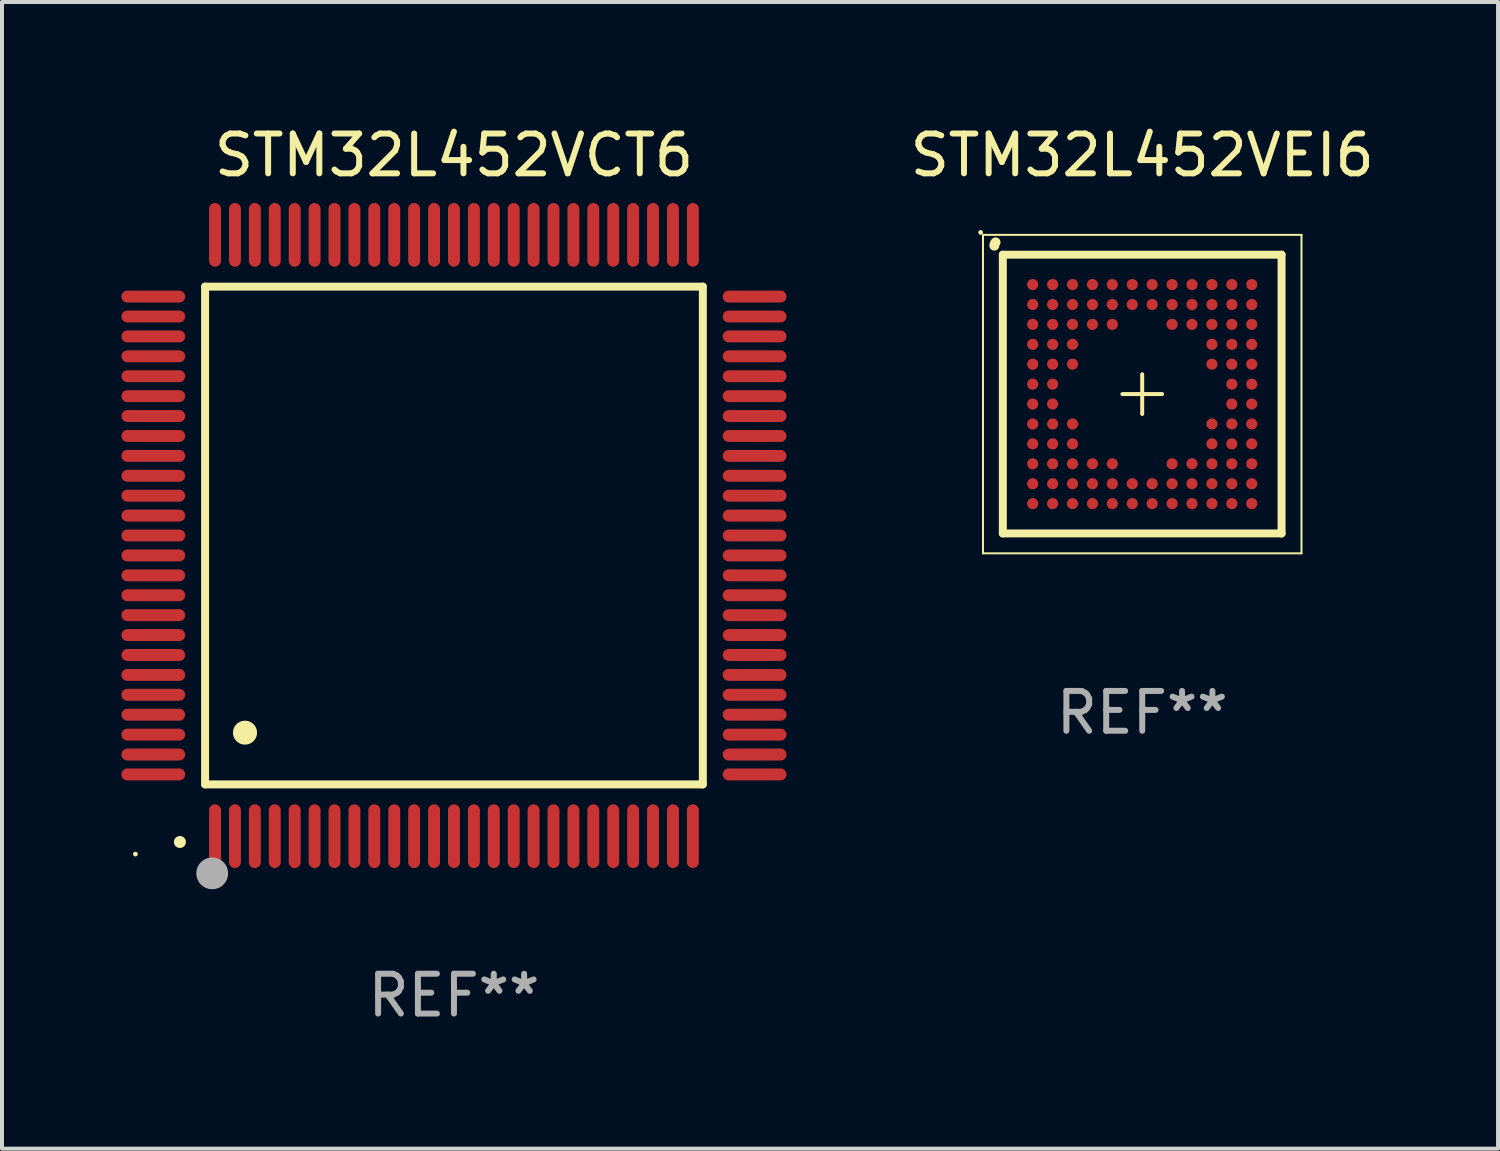
<source format=kicad_pcb>
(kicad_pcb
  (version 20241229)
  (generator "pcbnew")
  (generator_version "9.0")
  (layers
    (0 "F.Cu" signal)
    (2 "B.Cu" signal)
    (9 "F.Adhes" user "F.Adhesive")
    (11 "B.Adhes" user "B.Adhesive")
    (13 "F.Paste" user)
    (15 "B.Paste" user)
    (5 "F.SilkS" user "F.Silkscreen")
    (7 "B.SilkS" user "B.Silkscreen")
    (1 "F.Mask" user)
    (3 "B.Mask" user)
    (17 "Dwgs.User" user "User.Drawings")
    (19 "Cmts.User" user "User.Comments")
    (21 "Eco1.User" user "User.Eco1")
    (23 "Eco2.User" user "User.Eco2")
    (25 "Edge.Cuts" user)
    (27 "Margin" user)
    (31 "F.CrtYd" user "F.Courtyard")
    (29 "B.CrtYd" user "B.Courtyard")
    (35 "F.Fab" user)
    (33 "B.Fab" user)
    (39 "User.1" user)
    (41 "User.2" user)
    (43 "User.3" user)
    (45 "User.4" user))
  (footprint "STM32L452VCT6"
    (layer "F.Cu")
    (at 8.35 10.398)
    (property "Reference" "STM32L452VCT6" (at 0 -9.55 0) (layer "F.SilkS") (effects (font (size 1 1) (thickness 0.15))))
    (attr through_hole)
    (fp_line (start -6.25 -6.25) (end -6.25 6.25) (stroke (width 0.2) (type solid)) (layer "F.SilkS"))
    (fp_line (start -6.25 6.25) (end 6.25 6.25) (stroke (width 0.2) (type solid)) (layer "F.SilkS"))
    (fp_line (start 6.25 -6.25) (end -6.25 -6.25) (stroke (width 0.2) (type solid)) (layer "F.SilkS"))
    (fp_line (start 6.25 6.25) (end 6.25 -6.25) (stroke (width 0.2) (type solid)) (layer "F.SilkS"))
    (fp_arc (start -6.883414 7.696215) (mid -6.882144 7.69621) (end -6.880874 7.696215) (stroke (width 0.3) (type solid)) (layer "F.SilkS"))
    (fp_arc (start -5.250191 4.95047) (mid -5.247651 4.950459) (end -5.245111 4.95047) (stroke (width 0.6) (type solid)) (layer "F.SilkS"))
    (fp_circle (center -8 8) (end -7.97 8) (stroke (width 0.06) (type solid)) (fill no) (layer "F.SilkS"))
    (fp_circle (center -6.071 8.484) (end -5.871 8.484) (stroke (width 0.4) (type solid)) (fill no) (layer "F.Fab"))
    (fp_text user "REF**" (at 0 11.55 0) (layer "F.Fab") (effects (font (size 1 1) (thickness 0.15))))
    (pad "1" smd oval (at -6 7.55) (size 0.3 1.6) (layers "F.Cu" "F.Mask" "F.Paste"))
    (pad "2" smd oval (at -5.5 7.55) (size 0.3 1.6) (layers "F.Cu" "F.Mask" "F.Paste"))
    (pad "3" smd oval (at -5 7.55) (size 0.3 1.6) (layers "F.Cu" "F.Mask" "F.Paste"))
    (pad "4" smd oval (at -4.5 7.55) (size 0.3 1.6) (layers "F.Cu" "F.Mask" "F.Paste"))
    (pad "5" smd oval (at -4 7.55) (size 0.3 1.6) (layers "F.Cu" "F.Mask" "F.Paste"))
    (pad "6" smd oval (at -3.5 7.55) (size 0.3 1.6) (layers "F.Cu" "F.Mask" "F.Paste"))
    (pad "7" smd oval (at -3 7.55) (size 0.3 1.6) (layers "F.Cu" "F.Mask" "F.Paste"))
    (pad "8" smd oval (at -2.5 7.55) (size 0.3 1.6) (layers "F.Cu" "F.Mask" "F.Paste"))
    (pad "9" smd oval (at -2 7.55) (size 0.3 1.6) (layers "F.Cu" "F.Mask" "F.Paste"))
    (pad "10" smd oval (at -1.5 7.55) (size 0.3 1.6) (layers "F.Cu" "F.Mask" "F.Paste"))
    (pad "11" smd oval (at -1 7.55) (size 0.3 1.6) (layers "F.Cu" "F.Mask" "F.Paste"))
    (pad "12" smd oval (at -0.5 7.55) (size 0.3 1.6) (layers "F.Cu" "F.Mask" "F.Paste"))
    (pad "13" smd oval (at 0 7.55) (size 0.3 1.6) (layers "F.Cu" "F.Mask" "F.Paste"))
    (pad "14" smd oval (at 0.5 7.55) (size 0.3 1.6) (layers "F.Cu" "F.Mask" "F.Paste"))
    (pad "15" smd oval (at 1 7.55) (size 0.3 1.6) (layers "F.Cu" "F.Mask" "F.Paste"))
    (pad "16" smd oval (at 1.5 7.55) (size 0.3 1.6) (layers "F.Cu" "F.Mask" "F.Paste"))
    (pad "17" smd oval (at 2 7.55) (size 0.3 1.6) (layers "F.Cu" "F.Mask" "F.Paste"))
    (pad "18" smd oval (at 2.5 7.55) (size 0.3 1.6) (layers "F.Cu" "F.Mask" "F.Paste"))
    (pad "19" smd oval (at 3 7.55) (size 0.3 1.6) (layers "F.Cu" "F.Mask" "F.Paste"))
    (pad "20" smd oval (at 3.5 7.55) (size 0.3 1.6) (layers "F.Cu" "F.Mask" "F.Paste"))
    (pad "21" smd oval (at 4 7.55) (size 0.3 1.6) (layers "F.Cu" "F.Mask" "F.Paste"))
    (pad "22" smd oval (at 4.5 7.55) (size 0.3 1.6) (layers "F.Cu" "F.Mask" "F.Paste"))
    (pad "23" smd oval (at 5 7.55) (size 0.3 1.6) (layers "F.Cu" "F.Mask" "F.Paste"))
    (pad "24" smd oval (at 5.5 7.55) (size 0.3 1.6) (layers "F.Cu" "F.Mask" "F.Paste"))
    (pad "25" smd oval (at 6 7.55) (size 0.3 1.6) (layers "F.Cu" "F.Mask" "F.Paste"))
    (pad "26" smd oval (at 7.55 6) (size 1.6 0.3) (layers "F.Cu" "F.Mask" "F.Paste"))
    (pad "27" smd oval (at 7.55 5.5) (size 1.6 0.3) (layers "F.Cu" "F.Mask" "F.Paste"))
    (pad "28" smd oval (at 7.55 5) (size 1.6 0.3) (layers "F.Cu" "F.Mask" "F.Paste"))
    (pad "29" smd oval (at 7.55 4.5) (size 1.6 0.3) (layers "F.Cu" "F.Mask" "F.Paste"))
    (pad "30" smd oval (at 7.55 4) (size 1.6 0.3) (layers "F.Cu" "F.Mask" "F.Paste"))
    (pad "31" smd oval (at 7.55 3.5) (size 1.6 0.3) (layers "F.Cu" "F.Mask" "F.Paste"))
    (pad "32" smd oval (at 7.55 3) (size 1.6 0.3) (layers "F.Cu" "F.Mask" "F.Paste"))
    (pad "33" smd oval (at 7.55 2.5) (size 1.6 0.3) (layers "F.Cu" "F.Mask" "F.Paste"))
    (pad "34" smd oval (at 7.55 2) (size 1.6 0.3) (layers "F.Cu" "F.Mask" "F.Paste"))
    (pad "35" smd oval (at 7.55 1.5) (size 1.6 0.3) (layers "F.Cu" "F.Mask" "F.Paste"))
    (pad "36" smd oval (at 7.55 1) (size 1.6 0.3) (layers "F.Cu" "F.Mask" "F.Paste"))
    (pad "37" smd oval (at 7.55 0.5) (size 1.6 0.3) (layers "F.Cu" "F.Mask" "F.Paste"))
    (pad "38" smd oval (at 7.55 0) (size 1.6 0.3) (layers "F.Cu" "F.Mask" "F.Paste"))
    (pad "39" smd oval (at 7.55 -0.5) (size 1.6 0.3) (layers "F.Cu" "F.Mask" "F.Paste"))
    (pad "40" smd oval (at 7.55 -1) (size 1.6 0.3) (layers "F.Cu" "F.Mask" "F.Paste"))
    (pad "41" smd oval (at 7.55 -1.5) (size 1.6 0.3) (layers "F.Cu" "F.Mask" "F.Paste"))
    (pad "42" smd oval (at 7.55 -2) (size 1.6 0.3) (layers "F.Cu" "F.Mask" "F.Paste"))
    (pad "43" smd oval (at 7.55 -2.5) (size 1.6 0.3) (layers "F.Cu" "F.Mask" "F.Paste"))
    (pad "44" smd oval (at 7.55 -3) (size 1.6 0.3) (layers "F.Cu" "F.Mask" "F.Paste"))
    (pad "45" smd oval (at 7.55 -3.5) (size 1.6 0.3) (layers "F.Cu" "F.Mask" "F.Paste"))
    (pad "46" smd oval (at 7.55 -4) (size 1.6 0.3) (layers "F.Cu" "F.Mask" "F.Paste"))
    (pad "47" smd oval (at 7.55 -4.5) (size 1.6 0.3) (layers "F.Cu" "F.Mask" "F.Paste"))
    (pad "48" smd oval (at 7.55 -5) (size 1.6 0.3) (layers "F.Cu" "F.Mask" "F.Paste"))
    (pad "49" smd oval (at 7.55 -5.5) (size 1.6 0.3) (layers "F.Cu" "F.Mask" "F.Paste"))
    (pad "50" smd oval (at 7.55 -6) (size 1.6 0.3) (layers "F.Cu" "F.Mask" "F.Paste"))
    (pad "51" smd oval (at 6 -7.55) (size 0.3 1.6) (layers "F.Cu" "F.Mask" "F.Paste"))
    (pad "52" smd oval (at 5.5 -7.55) (size 0.3 1.6) (layers "F.Cu" "F.Mask" "F.Paste"))
    (pad "53" smd oval (at 5 -7.55) (size 0.3 1.6) (layers "F.Cu" "F.Mask" "F.Paste"))
    (pad "54" smd oval (at 4.5 -7.55) (size 0.3 1.6) (layers "F.Cu" "F.Mask" "F.Paste"))
    (pad "55" smd oval (at 4 -7.55) (size 0.3 1.6) (layers "F.Cu" "F.Mask" "F.Paste"))
    (pad "56" smd oval (at 3.5 -7.55) (size 0.3 1.6) (layers "F.Cu" "F.Mask" "F.Paste"))
    (pad "57" smd oval (at 3 -7.55) (size 0.3 1.6) (layers "F.Cu" "F.Mask" "F.Paste"))
    (pad "58" smd oval (at 2.5 -7.55) (size 0.3 1.6) (layers "F.Cu" "F.Mask" "F.Paste"))
    (pad "59" smd oval (at 2 -7.55) (size 0.3 1.6) (layers "F.Cu" "F.Mask" "F.Paste"))
    (pad "60" smd oval (at 1.5 -7.55) (size 0.3 1.6) (layers "F.Cu" "F.Mask" "F.Paste"))
    (pad "61" smd oval (at 1 -7.55) (size 0.3 1.6) (layers "F.Cu" "F.Mask" "F.Paste"))
    (pad "62" smd oval (at 0.5 -7.55) (size 0.3 1.6) (layers "F.Cu" "F.Mask" "F.Paste"))
    (pad "63" smd oval (at 0 -7.55) (size 0.3 1.6) (layers "F.Cu" "F.Mask" "F.Paste"))
    (pad "64" smd oval (at -0.5 -7.55) (size 0.3 1.6) (layers "F.Cu" "F.Mask" "F.Paste"))
    (pad "65" smd oval (at -1 -7.55) (size 0.3 1.6) (layers "F.Cu" "F.Mask" "F.Paste"))
    (pad "66" smd oval (at -1.5 -7.55) (size 0.3 1.6) (layers "F.Cu" "F.Mask" "F.Paste"))
    (pad "67" smd oval (at -2 -7.55) (size 0.3 1.6) (layers "F.Cu" "F.Mask" "F.Paste"))
    (pad "68" smd oval (at -2.5 -7.55) (size 0.3 1.6) (layers "F.Cu" "F.Mask" "F.Paste"))
    (pad "69" smd oval (at -3 -7.55) (size 0.3 1.6) (layers "F.Cu" "F.Mask" "F.Paste"))
    (pad "70" smd oval (at -3.5 -7.55) (size 0.3 1.6) (layers "F.Cu" "F.Mask" "F.Paste"))
    (pad "71" smd oval (at -4 -7.55) (size 0.3 1.6) (layers "F.Cu" "F.Mask" "F.Paste"))
    (pad "72" smd oval (at -4.5 -7.55) (size 0.3 1.6) (layers "F.Cu" "F.Mask" "F.Paste"))
    (pad "73" smd oval (at -5 -7.55) (size 0.3 1.6) (layers "F.Cu" "F.Mask" "F.Paste"))
    (pad "74" smd oval (at -5.5 -7.55) (size 0.3 1.6) (layers "F.Cu" "F.Mask" "F.Paste"))
    (pad "75" smd oval (at -6 -7.55) (size 0.3 1.6) (layers "F.Cu" "F.Mask" "F.Paste"))
    (pad "76" smd oval (at -7.55 -6) (size 1.6 0.3) (layers "F.Cu" "F.Mask" "F.Paste"))
    (pad "77" smd oval (at -7.55 -5.5) (size 1.6 0.3) (layers "F.Cu" "F.Mask" "F.Paste"))
    (pad "78" smd oval (at -7.55 -5) (size 1.6 0.3) (layers "F.Cu" "F.Mask" "F.Paste"))
    (pad "79" smd oval (at -7.55 -4.5) (size 1.6 0.3) (layers "F.Cu" "F.Mask" "F.Paste"))
    (pad "80" smd oval (at -7.55 -4) (size 1.6 0.3) (layers "F.Cu" "F.Mask" "F.Paste"))
    (pad "81" smd oval (at -7.55 -3.5) (size 1.6 0.3) (layers "F.Cu" "F.Mask" "F.Paste"))
    (pad "82" smd oval (at -7.55 -3) (size 1.6 0.3) (layers "F.Cu" "F.Mask" "F.Paste"))
    (pad "83" smd oval (at -7.55 -2.5) (size 1.6 0.3) (layers "F.Cu" "F.Mask" "F.Paste"))
    (pad "84" smd oval (at -7.55 -2) (size 1.6 0.3) (layers "F.Cu" "F.Mask" "F.Paste"))
    (pad "85" smd oval (at -7.55 -1.5) (size 1.6 0.3) (layers "F.Cu" "F.Mask" "F.Paste"))
    (pad "86" smd oval (at -7.55 -1) (size 1.6 0.3) (layers "F.Cu" "F.Mask" "F.Paste"))
    (pad "87" smd oval (at -7.55 -0.5) (size 1.6 0.3) (layers "F.Cu" "F.Mask" "F.Paste"))
    (pad "88" smd oval (at -7.55 0) (size 1.6 0.3) (layers "F.Cu" "F.Mask" "F.Paste"))
    (pad "89" smd oval (at -7.55 0.5) (size 1.6 0.3) (layers "F.Cu" "F.Mask" "F.Paste"))
    (pad "90" smd oval (at -7.55 1) (size 1.6 0.3) (layers "F.Cu" "F.Mask" "F.Paste"))
    (pad "91" smd oval (at -7.55 1.5) (size 1.6 0.3) (layers "F.Cu" "F.Mask" "F.Paste"))
    (pad "92" smd oval (at -7.55 2) (size 1.6 0.3) (layers "F.Cu" "F.Mask" "F.Paste"))
    (pad "93" smd oval (at -7.55 2.5) (size 1.6 0.3) (layers "F.Cu" "F.Mask" "F.Paste"))
    (pad "94" smd oval (at -7.55 3) (size 1.6 0.3) (layers "F.Cu" "F.Mask" "F.Paste"))
    (pad "95" smd oval (at -7.55 3.5) (size 1.6 0.3) (layers "F.Cu" "F.Mask" "F.Paste"))
    (pad "96" smd oval (at -7.55 4) (size 1.6 0.3) (layers "F.Cu" "F.Mask" "F.Paste"))
    (pad "97" smd oval (at -7.55 4.5) (size 1.6 0.3) (layers "F.Cu" "F.Mask" "F.Paste"))
    (pad "98" smd oval (at -7.55 5) (size 1.6 0.3) (layers "F.Cu" "F.Mask" "F.Paste"))
    (pad "99" smd oval (at -7.55 5.5) (size 1.6 0.3) (layers "F.Cu" "F.Mask" "F.Paste"))
    (pad "100" smd oval (at -7.55 6) (size 1.6 0.3) (layers "F.Cu" "F.Mask" "F.Paste")))
  (footprint "STM32L452VEI6"
    (layer "F.Cu")
    (at 25.634 6.847)
    (property "Reference" "STM32L452VEI6" (at 0 -5.999 0) (layer "F.SilkS") (effects (font (size 1 1) (thickness 0.15))))
    (attr through_hole)
    (fp_line (start -3.999 -3.999) (end -3.999 3.999) (stroke (width 0.05) (type solid)) (layer "F.SilkS"))
    (fp_line (start -3.999 3.999) (end 3.999 3.999) (stroke (width 0.05) (type solid)) (layer "F.SilkS"))
    (fp_line (start -3.501 -3.501) (end -3.501 3.499) (stroke (width 0.1) (type solid)) (layer "F.SilkS"))
    (fp_line (start -3.501 -3.501) (end -3.501 3.499) (stroke (width 0.2) (type solid)) (layer "F.SilkS"))
    (fp_line (start -3.501 3.499) (end 3.499 3.499) (stroke (width 0.1) (type solid)) (layer "F.SilkS"))
    (fp_line (start -3.501 3.499) (end 3.499 3.499) (stroke (width 0.2) (type solid)) (layer "F.SilkS"))
    (fp_line (start -0.499 -0.001) (end 0.499 -0.001) (stroke (width 0.1) (type solid)) (layer "F.SilkS"))
    (fp_line (start -0.001 0.499) (end -0.001 -0.499) (stroke (width 0.1) (type solid)) (layer "F.SilkS"))
    (fp_line (start 3.499 -3.501) (end -3.501 -3.501) (stroke (width 0.1) (type solid)) (layer "F.SilkS"))
    (fp_line (start 3.499 -3.501) (end -3.501 -3.501) (stroke (width 0.2) (type solid)) (layer "F.SilkS"))
    (fp_line (start 3.499 3.499) (end 3.499 -3.501) (stroke (width 0.1) (type solid)) (layer "F.SilkS"))
    (fp_line (start 3.499 3.499) (end 3.499 -3.501) (stroke (width 0.2) (type solid)) (layer "F.SilkS"))
    (fp_line (start 3.999 -3.999) (end -3.999 -3.999) (stroke (width 0.05) (type solid)) (layer "F.SilkS"))
    (fp_line (start 3.999 3.999) (end 3.999 -3.999) (stroke (width 0.05) (type solid)) (layer "F.SilkS"))
    (fp_arc (start -3.714224 -3.728448) (mid -3.706284 -3.772251) (end -3.68349 -3.81049) (stroke (width 0.249936) (type solid)) (layer "F.SilkS"))
    (fp_circle (center -4.058 -4.06) (end -4.028 -4.06) (stroke (width 0.06) (type solid)) (fill no) (layer "F.SilkS"))
    (fp_text user "REF**" (at 0 7.999 0) (layer "F.Fab") (effects (font (size 1 1) (thickness 0.15))))
    (pad "A1" smd circle (at -2.751 -2.751) (size 0.28 0.28) (layers "F.Cu" "F.Mask" "F.Paste"))
    (pad "A2" smd circle (at -2.25 -2.751) (size 0.28 0.28) (layers "F.Cu" "F.Mask" "F.Paste"))
    (pad "A3" smd circle (at -1.751 -2.751) (size 0.28 0.28) (layers "F.Cu" "F.Mask" "F.Paste"))
    (pad "A4" smd circle (at -1.25 -2.751) (size 0.28 0.28) (layers "F.Cu" "F.Mask" "F.Paste"))
    (pad "A5" smd circle (at -0.751 -2.751) (size 0.28 0.28) (layers "F.Cu" "F.Mask" "F.Paste"))
    (pad "A6" smd circle (at -0.25 -2.751) (size 0.28 0.28) (layers "F.Cu" "F.Mask" "F.Paste"))
    (pad "A7" smd circle (at 0.249 -2.751) (size 0.28 0.28) (layers "F.Cu" "F.Mask" "F.Paste"))
    (pad "A8" smd circle (at 0.75 -2.751) (size 0.28 0.28) (layers "F.Cu" "F.Mask" "F.Paste"))
    (pad "A9" smd circle (at 1.249 -2.751) (size 0.28 0.28) (layers "F.Cu" "F.Mask" "F.Paste"))
    (pad "A10" smd circle (at 1.75 -2.751) (size 0.28 0.28) (layers "F.Cu" "F.Mask" "F.Paste"))
    (pad "A11" smd circle (at 2.25 -2.751) (size 0.28 0.28) (layers "F.Cu" "F.Mask" "F.Paste"))
    (pad "A12" smd circle (at 2.75 -2.751) (size 0.28 0.28) (layers "F.Cu" "F.Mask" "F.Paste"))
    (pad "B1" smd circle (at -2.751 -2.25) (size 0.28 0.28) (layers "F.Cu" "F.Mask" "F.Paste"))
    (pad "B2" smd circle (at -2.25 -2.25) (size 0.28 0.28) (layers "F.Cu" "F.Mask" "F.Paste"))
    (pad "B3" smd circle (at -1.751 -2.25) (size 0.28 0.28) (layers "F.Cu" "F.Mask" "F.Paste"))
    (pad "B4" smd circle (at -1.25 -2.25) (size 0.28 0.28) (layers "F.Cu" "F.Mask" "F.Paste"))
    (pad "B5" smd circle (at -0.751 -2.25) (size 0.28 0.28) (layers "F.Cu" "F.Mask" "F.Paste"))
    (pad "B6" smd circle (at -0.25 -2.25) (size 0.28 0.28) (layers "F.Cu" "F.Mask" "F.Paste"))
    (pad "B7" smd circle (at 0.249 -2.25) (size 0.28 0.28) (layers "F.Cu" "F.Mask" "F.Paste"))
    (pad "B8" smd circle (at 0.75 -2.25) (size 0.28 0.28) (layers "F.Cu" "F.Mask" "F.Paste"))
    (pad "B9" smd circle (at 1.249 -2.25) (size 0.28 0.28) (layers "F.Cu" "F.Mask" "F.Paste"))
    (pad "B10" smd circle (at 1.75 -2.25) (size 0.28 0.28) (layers "F.Cu" "F.Mask" "F.Paste"))
    (pad "B11" smd circle (at 2.25 -2.25) (size 0.28 0.28) (layers "F.Cu" "F.Mask" "F.Paste"))
    (pad "B12" smd circle (at 2.75 -2.25) (size 0.28 0.28) (layers "F.Cu" "F.Mask" "F.Paste"))
    (pad "C1" smd circle (at -2.751 -1.751) (size 0.28 0.28) (layers "F.Cu" "F.Mask" "F.Paste"))
    (pad "C2" smd circle (at -2.25 -1.751) (size 0.28 0.28) (layers "F.Cu" "F.Mask" "F.Paste"))
    (pad "C3" smd circle (at -1.751 -1.751) (size 0.28 0.28) (layers "F.Cu" "F.Mask" "F.Paste"))
    (pad "C4" smd circle (at -1.25 -1.751) (size 0.28 0.28) (layers "F.Cu" "F.Mask" "F.Paste"))
    (pad "C5" smd circle (at -0.751 -1.751) (size 0.28 0.28) (layers "F.Cu" "F.Mask" "F.Paste"))
    (pad "C8" smd circle (at 0.75 -1.751) (size 0.28 0.28) (layers "F.Cu" "F.Mask" "F.Paste"))
    (pad "C9" smd circle (at 1.249 -1.751) (size 0.28 0.28) (layers "F.Cu" "F.Mask" "F.Paste"))
    (pad "C10" smd circle (at 1.75 -1.751) (size 0.28 0.28) (layers "F.Cu" "F.Mask" "F.Paste"))
    (pad "C11" smd circle (at 2.25 -1.751) (size 0.28 0.28) (layers "F.Cu" "F.Mask" "F.Paste"))
    (pad "C12" smd circle (at 2.75 -1.751) (size 0.28 0.28) (layers "F.Cu" "F.Mask" "F.Paste"))
    (pad "D1" smd circle (at -2.751 -1.25) (size 0.28 0.28) (layers "F.Cu" "F.Mask" "F.Paste"))
    (pad "D2" smd circle (at -2.25 -1.25) (size 0.28 0.28) (layers "F.Cu" "F.Mask" "F.Paste"))
    (pad "D3" smd circle (at -1.751 -1.25) (size 0.28 0.28) (layers "F.Cu" "F.Mask" "F.Paste"))
    (pad "D10" smd circle (at 1.75 -1.25) (size 0.28 0.28) (layers "F.Cu" "F.Mask" "F.Paste"))
    (pad "D11" smd circle (at 2.25 -1.25) (size 0.28 0.28) (layers "F.Cu" "F.Mask" "F.Paste"))
    (pad "D12" smd circle (at 2.75 -1.25) (size 0.28 0.28) (layers "F.Cu" "F.Mask" "F.Paste"))
    (pad "E1" smd circle (at -2.751 -0.751) (size 0.28 0.28) (layers "F.Cu" "F.Mask" "F.Paste"))
    (pad "E2" smd circle (at -2.25 -0.751) (size 0.28 0.28) (layers "F.Cu" "F.Mask" "F.Paste"))
    (pad "E3" smd circle (at -1.751 -0.751) (size 0.28 0.28) (layers "F.Cu" "F.Mask" "F.Paste"))
    (pad "E10" smd circle (at 1.75 -0.751) (size 0.28 0.28) (layers "F.Cu" "F.Mask" "F.Paste"))
    (pad "E11" smd circle (at 2.25 -0.751) (size 0.28 0.28) (layers "F.Cu" "F.Mask" "F.Paste"))
    (pad "E12" smd circle (at 2.75 -0.751) (size 0.28 0.28) (layers "F.Cu" "F.Mask" "F.Paste"))
    (pad "F1" smd circle (at -2.751 -0.25) (size 0.28 0.28) (layers "F.Cu" "F.Mask" "F.Paste"))
    (pad "F2" smd circle (at -2.25 -0.25) (size 0.28 0.28) (layers "F.Cu" "F.Mask" "F.Paste"))
    (pad "F11" smd circle (at 2.25 -0.25) (size 0.28 0.28) (layers "F.Cu" "F.Mask" "F.Paste"))
    (pad "F12" smd circle (at 2.75 -0.25) (size 0.28 0.28) (layers "F.Cu" "F.Mask" "F.Paste"))
    (pad "G1" smd circle (at -2.751 0.249) (size 0.28 0.28) (layers "F.Cu" "F.Mask" "F.Paste"))
    (pad "G2" smd circle (at -2.25 0.249) (size 0.28 0.28) (layers "F.Cu" "F.Mask" "F.Paste"))
    (pad "G11" smd circle (at 2.25 0.249) (size 0.28 0.28) (layers "F.Cu" "F.Mask" "F.Paste"))
    (pad "G12" smd circle (at 2.75 0.249) (size 0.28 0.28) (layers "F.Cu" "F.Mask" "F.Paste"))
    (pad "H1" smd circle (at -2.751 0.75) (size 0.28 0.28) (layers "F.Cu" "F.Mask" "F.Paste"))
    (pad "H2" smd circle (at -2.25 0.75) (size 0.28 0.28) (layers "F.Cu" "F.Mask" "F.Paste"))
    (pad "H3" smd circle (at -1.751 0.75) (size 0.28 0.28) (layers "F.Cu" "F.Mask" "F.Paste"))
    (pad "H10" smd circle (at 1.75 0.75) (size 0.28 0.28) (layers "F.Cu" "F.Mask" "F.Paste"))
    (pad "H11" smd circle (at 2.25 0.75) (size 0.28 0.28) (layers "F.Cu" "F.Mask" "F.Paste"))
    (pad "H12" smd circle (at 2.75 0.75) (size 0.28 0.28) (layers "F.Cu" "F.Mask" "F.Paste"))
    (pad "J1" smd circle (at -2.751 1.249) (size 0.28 0.28) (layers "F.Cu" "F.Mask" "F.Paste"))
    (pad "J2" smd circle (at -2.25 1.249) (size 0.28 0.28) (layers "F.Cu" "F.Mask" "F.Paste"))
    (pad "J3" smd circle (at -1.751 1.249) (size 0.28 0.28) (layers "F.Cu" "F.Mask" "F.Paste"))
    (pad "J10" smd circle (at 1.75 1.249) (size 0.28 0.28) (layers "F.Cu" "F.Mask" "F.Paste"))
    (pad "J11" smd circle (at 2.25 1.249) (size 0.28 0.28) (layers "F.Cu" "F.Mask" "F.Paste"))
    (pad "J12" smd circle (at 2.75 1.249) (size 0.28 0.28) (layers "F.Cu" "F.Mask" "F.Paste"))
    (pad "K1" smd circle (at -2.751 1.75) (size 0.28 0.28) (layers "F.Cu" "F.Mask" "F.Paste"))
    (pad "K2" smd circle (at -2.25 1.75) (size 0.28 0.28) (layers "F.Cu" "F.Mask" "F.Paste"))
    (pad "K3" smd circle (at -1.751 1.75) (size 0.28 0.28) (layers "F.Cu" "F.Mask" "F.Paste"))
    (pad "K4" smd circle (at -1.25 1.75) (size 0.28 0.28) (layers "F.Cu" "F.Mask" "F.Paste"))
    (pad "K5" smd circle (at -0.751 1.75) (size 0.28 0.28) (layers "F.Cu" "F.Mask" "F.Paste"))
    (pad "K8" smd circle (at 0.75 1.75) (size 0.28 0.28) (layers "F.Cu" "F.Mask" "F.Paste"))
    (pad "K9" smd circle (at 1.249 1.75) (size 0.28 0.28) (layers "F.Cu" "F.Mask" "F.Paste"))
    (pad "K10" smd circle (at 1.75 1.75) (size 0.28 0.28) (layers "F.Cu" "F.Mask" "F.Paste"))
    (pad "K11" smd circle (at 2.25 1.75) (size 0.28 0.28) (layers "F.Cu" "F.Mask" "F.Paste"))
    (pad "K12" smd circle (at 2.75 1.75) (size 0.28 0.28) (layers "F.Cu" "F.Mask" "F.Paste"))
    (pad "L1" smd circle (at -2.751 2.25) (size 0.28 0.28) (layers "F.Cu" "F.Mask" "F.Paste"))
    (pad "L2" smd circle (at -2.25 2.25) (size 0.28 0.28) (layers "F.Cu" "F.Mask" "F.Paste"))
    (pad "L3" smd circle (at -1.751 2.25) (size 0.28 0.28) (layers "F.Cu" "F.Mask" "F.Paste"))
    (pad "L4" smd circle (at -1.25 2.25) (size 0.28 0.28) (layers "F.Cu" "F.Mask" "F.Paste"))
    (pad "L5" smd circle (at -0.751 2.25) (size 0.28 0.28) (layers "F.Cu" "F.Mask" "F.Paste"))
    (pad "L6" smd circle (at -0.25 2.25) (size 0.28 0.28) (layers "F.Cu" "F.Mask" "F.Paste"))
    (pad "L7" smd circle (at 0.249 2.25) (size 0.28 0.28) (layers "F.Cu" "F.Mask" "F.Paste"))
    (pad "L8" smd circle (at 0.75 2.25) (size 0.28 0.28) (layers "F.Cu" "F.Mask" "F.Paste"))
    (pad "L9" smd circle (at 1.249 2.25) (size 0.28 0.28) (layers "F.Cu" "F.Mask" "F.Paste"))
    (pad "L10" smd circle (at 1.75 2.25) (size 0.28 0.28) (layers "F.Cu" "F.Mask" "F.Paste"))
    (pad "L11" smd circle (at 2.25 2.25) (size 0.28 0.28) (layers "F.Cu" "F.Mask" "F.Paste"))
    (pad "L12" smd circle (at 2.75 2.25) (size 0.28 0.28) (layers "F.Cu" "F.Mask" "F.Paste"))
    (pad "M1" smd circle (at -2.751 2.75) (size 0.28 0.28) (layers "F.Cu" "F.Mask" "F.Paste"))
    (pad "M2" smd circle (at -2.25 2.75) (size 0.28 0.28) (layers "F.Cu" "F.Mask" "F.Paste"))
    (pad "M3" smd circle (at -1.751 2.75) (size 0.28 0.28) (layers "F.Cu" "F.Mask" "F.Paste"))
    (pad "M4" smd circle (at -1.25 2.75) (size 0.28 0.28) (layers "F.Cu" "F.Mask" "F.Paste"))
    (pad "M5" smd circle (at -0.751 2.75) (size 0.28 0.28) (layers "F.Cu" "F.Mask" "F.Paste"))
    (pad "M6" smd circle (at -0.25 2.75) (size 0.28 0.28) (layers "F.Cu" "F.Mask" "F.Paste"))
    (pad "M7" smd circle (at 0.249 2.75) (size 0.28 0.28) (layers "F.Cu" "F.Mask" "F.Paste"))
    (pad "M8" smd circle (at 0.75 2.75) (size 0.28 0.28) (layers "F.Cu" "F.Mask" "F.Paste"))
    (pad "M9" smd circle (at 1.249 2.75) (size 0.28 0.28) (layers "F.Cu" "F.Mask" "F.Paste"))
    (pad "M10" smd circle (at 1.75 2.75) (size 0.28 0.28) (layers "F.Cu" "F.Mask" "F.Paste"))
    (pad "M11" smd circle (at 2.25 2.75) (size 0.28 0.28) (layers "F.Cu" "F.Mask" "F.Paste"))
    (pad "M12" smd circle (at 2.75 2.75) (size 0.28 0.28) (layers "F.Cu" "F.Mask" "F.Paste")))
  (gr_rect
    (start -3 -3)
    (end 34.569 25.796)
    (stroke (width 0.1) (type default))
    (fill no)
    (layer "Edge.Cuts")))
</source>
